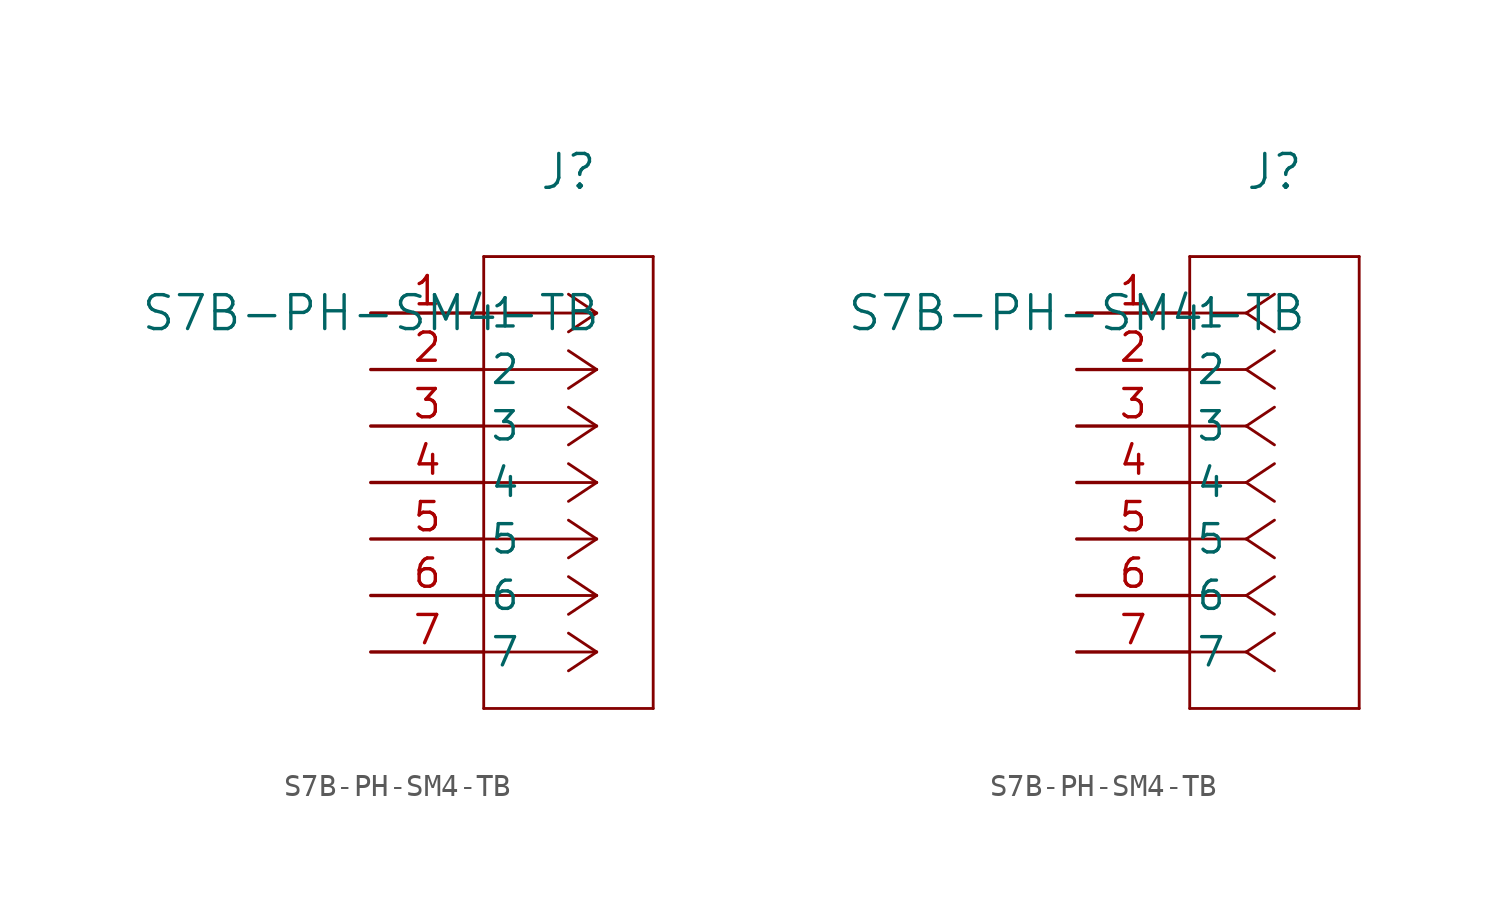
<source format=kicad_sym>
(kicad_symbol_lib
  (version 20211014)
  (generator kicad_symbol_editor)
  (symbol "S7B-PH-SM4-TB"
    (pin_names
      (offset 0.254))
    (property "Reference" "J"
      (at 8.89 6.35 0)
      (effects (font (size 1.524 1.524))))
    (property "Value" "S7B-PH-SM4-TB"
      (at 0 0 0)
      (effects (font (size 1.524 1.524))))
    (symbol "S7B-PH-SM4-TB_1_1"
      (polyline (pts (xy 10.16 0) (xy 5.08 0)) (stroke (width 0.127) (type default) (color 0 0 0 0)) (fill (type none)))
      (polyline (pts (xy 10.16 -2.54) (xy 5.08 -2.54)) (stroke (width 0.127) (type default) (color 0 0 0 0)) (fill (type none)))
      (polyline (pts (xy 10.16 -5.08) (xy 5.08 -5.08)) (stroke (width 0.127) (type default) (color 0 0 0 0)) (fill (type none)))
      (polyline (pts (xy 10.16 -7.62) (xy 5.08 -7.62)) (stroke (width 0.127) (type default) (color 0 0 0 0)) (fill (type none)))
      (polyline (pts (xy 10.16 -10.16) (xy 5.08 -10.16)) (stroke (width 0.127) (type default) (color 0 0 0 0)) (fill (type none)))
      (polyline (pts (xy 10.16 -12.7) (xy 5.08 -12.7)) (stroke (width 0.127) (type default) (color 0 0 0 0)) (fill (type none)))
      (polyline (pts (xy 10.16 -15.24) (xy 5.08 -15.24)) (stroke (width 0.127) (type default) (color 0 0 0 0)) (fill (type none)))
      (polyline (pts (xy 10.16 0) (xy 8.89 0.847)) (stroke (width 0.127) (type default) (color 0 0 0 0)) (fill (type none)))
      (polyline (pts (xy 10.16 -2.54) (xy 8.89 -1.693)) (stroke (width 0.127) (type default) (color 0 0 0 0)) (fill (type none)))
      (polyline (pts (xy 10.16 -5.08) (xy 8.89 -4.233)) (stroke (width 0.127) (type default) (color 0 0 0 0)) (fill (type none)))
      (polyline (pts (xy 10.16 -7.62) (xy 8.89 -6.773)) (stroke (width 0.127) (type default) (color 0 0 0 0)) (fill (type none)))
      (polyline (pts (xy 10.16 -10.16) (xy 8.89 -9.313)) (stroke (width 0.127) (type default) (color 0 0 0 0)) (fill (type none)))
      (polyline (pts (xy 10.16 -12.7) (xy 8.89 -11.853)) (stroke (width 0.127) (type default) (color 0 0 0 0)) (fill (type none)))
      (polyline (pts (xy 10.16 -15.24) (xy 8.89 -14.393)) (stroke (width 0.127) (type default) (color 0 0 0 0)) (fill (type none)))
      (polyline (pts (xy 10.16 0) (xy 8.89 -0.847)) (stroke (width 0.127) (type default) (color 0 0 0 0)) (fill (type none)))
      (polyline (pts (xy 10.16 -2.54) (xy 8.89 -3.387)) (stroke (width 0.127) (type default) (color 0 0 0 0)) (fill (type none)))
      (polyline (pts (xy 10.16 -5.08) (xy 8.89 -5.927)) (stroke (width 0.127) (type default) (color 0 0 0 0)) (fill (type none)))
      (polyline (pts (xy 10.16 -7.62) (xy 8.89 -8.467)) (stroke (width 0.127) (type default) (color 0 0 0 0)) (fill (type none)))
      (polyline (pts (xy 10.16 -10.16) (xy 8.89 -11.007)) (stroke (width 0.127) (type default) (color 0 0 0 0)) (fill (type none)))
      (polyline (pts (xy 10.16 -12.7) (xy 8.89 -13.547)) (stroke (width 0.127) (type default) (color 0 0 0 0)) (fill (type none)))
      (polyline (pts (xy 10.16 -15.24) (xy 8.89 -16.087)) (stroke (width 0.127) (type default) (color 0 0 0 0)) (fill (type none)))
      (polyline (pts (xy 5.08 2.54) (xy 5.08 -17.78)) (stroke (width 0.127) (type default) (color 0 0 0 0)) (fill (type none)))
      (polyline (pts (xy 5.08 -17.78) (xy 12.7 -17.78)) (stroke (width 0.127) (type default) (color 0 0 0 0)) (fill (type none)))
      (polyline (pts (xy 12.7 -17.78) (xy 12.7 2.54)) (stroke (width 0.127) (type default) (color 0 0 0 0)) (fill (type none)))
      (polyline (pts (xy 12.7 2.54) (xy 5.08 2.54)) (stroke (width 0.127) (type default) (color 0 0 0 0)) (fill (type none)))
      (pin unspecified line (at 0 0 0) (length 5.08) (name "1" (effects (font (size 1.27 1.27)))) (number "1" (effects (font (size 1.27 1.27)))))
      (pin unspecified line (at 0 -2.54 0) (length 5.08) (name "2" (effects (font (size 1.27 1.27)))) (number "2" (effects (font (size 1.27 1.27)))))
      (pin unspecified line (at 0 -5.08 0) (length 5.08) (name "3" (effects (font (size 1.27 1.27)))) (number "3" (effects (font (size 1.27 1.27)))))
      (pin unspecified line (at 0 -7.62 0) (length 5.08) (name "4" (effects (font (size 1.27 1.27)))) (number "4" (effects (font (size 1.27 1.27)))))
      (pin unspecified line (at 0 -10.16 0) (length 5.08) (name "5" (effects (font (size 1.27 1.27)))) (number "5" (effects (font (size 1.27 1.27)))))
      (pin unspecified line (at 0 -12.7 0) (length 5.08) (name "6" (effects (font (size 1.27 1.27)))) (number "6" (effects (font (size 1.27 1.27)))))
      (pin unspecified line (at 0 -15.24 0) (length 5.08) (name "7" (effects (font (size 1.27 1.27)))) (number "7" (effects (font (size 1.27 1.27))))))
    (symbol "S7B-PH-SM4-TB_1_2"
      (polyline (pts (xy 7.62 0) (xy 5.08 0)) (stroke (width 0.127) (type default) (color 0 0 0 0)) (fill (type none)))
      (polyline (pts (xy 7.62 -2.54) (xy 5.08 -2.54)) (stroke (width 0.127) (type default) (color 0 0 0 0)) (fill (type none)))
      (polyline (pts (xy 7.62 -5.08) (xy 5.08 -5.08)) (stroke (width 0.127) (type default) (color 0 0 0 0)) (fill (type none)))
      (polyline (pts (xy 7.62 -7.62) (xy 5.08 -7.62)) (stroke (width 0.127) (type default) (color 0 0 0 0)) (fill (type none)))
      (polyline (pts (xy 7.62 -10.16) (xy 5.08 -10.16)) (stroke (width 0.127) (type default) (color 0 0 0 0)) (fill (type none)))
      (polyline (pts (xy 7.62 -12.7) (xy 5.08 -12.7)) (stroke (width 0.127) (type default) (color 0 0 0 0)) (fill (type none)))
      (polyline (pts (xy 7.62 -15.24) (xy 5.08 -15.24)) (stroke (width 0.127) (type default) (color 0 0 0 0)) (fill (type none)))
      (polyline (pts (xy 7.62 0) (xy 8.89 0.847)) (stroke (width 0.127) (type default) (color 0 0 0 0)) (fill (type none)))
      (polyline (pts (xy 7.62 -2.54) (xy 8.89 -1.693)) (stroke (width 0.127) (type default) (color 0 0 0 0)) (fill (type none)))
      (polyline (pts (xy 7.62 -5.08) (xy 8.89 -4.233)) (stroke (width 0.127) (type default) (color 0 0 0 0)) (fill (type none)))
      (polyline (pts (xy 7.62 -7.62) (xy 8.89 -6.773)) (stroke (width 0.127) (type default) (color 0 0 0 0)) (fill (type none)))
      (polyline (pts (xy 7.62 -10.16) (xy 8.89 -9.313)) (stroke (width 0.127) (type default) (color 0 0 0 0)) (fill (type none)))
      (polyline (pts (xy 7.62 -12.7) (xy 8.89 -11.853)) (stroke (width 0.127) (type default) (color 0 0 0 0)) (fill (type none)))
      (polyline (pts (xy 7.62 -15.24) (xy 8.89 -14.393)) (stroke (width 0.127) (type default) (color 0 0 0 0)) (fill (type none)))
      (polyline (pts (xy 7.62 0) (xy 8.89 -0.847)) (stroke (width 0.127) (type default) (color 0 0 0 0)) (fill (type none)))
      (polyline (pts (xy 7.62 -2.54) (xy 8.89 -3.387)) (stroke (width 0.127) (type default) (color 0 0 0 0)) (fill (type none)))
      (polyline (pts (xy 7.62 -5.08) (xy 8.89 -5.927)) (stroke (width 0.127) (type default) (color 0 0 0 0)) (fill (type none)))
      (polyline (pts (xy 7.62 -7.62) (xy 8.89 -8.467)) (stroke (width 0.127) (type default) (color 0 0 0 0)) (fill (type none)))
      (polyline (pts (xy 7.62 -10.16) (xy 8.89 -11.007)) (stroke (width 0.127) (type default) (color 0 0 0 0)) (fill (type none)))
      (polyline (pts (xy 7.62 -12.7) (xy 8.89 -13.547)) (stroke (width 0.127) (type default) (color 0 0 0 0)) (fill (type none)))
      (polyline (pts (xy 7.62 -15.24) (xy 8.89 -16.087)) (stroke (width 0.127) (type default) (color 0 0 0 0)) (fill (type none)))
      (polyline (pts (xy 5.08 2.54) (xy 5.08 -17.78)) (stroke (width 0.127) (type default) (color 0 0 0 0)) (fill (type none)))
      (polyline (pts (xy 5.08 -17.78) (xy 12.7 -17.78)) (stroke (width 0.127) (type default) (color 0 0 0 0)) (fill (type none)))
      (polyline (pts (xy 12.7 -17.78) (xy 12.7 2.54)) (stroke (width 0.127) (type default) (color 0 0 0 0)) (fill (type none)))
      (polyline (pts (xy 12.7 2.54) (xy 5.08 2.54)) (stroke (width 0.127) (type default) (color 0 0 0 0)) (fill (type none)))
      (pin unspecified line (at 0 0 0) (length 5.08) (name "1" (effects (font (size 1.27 1.27)))) (number "1" (effects (font (size 1.27 1.27)))))
      (pin unspecified line (at 0 -2.54 0) (length 5.08) (name "2" (effects (font (size 1.27 1.27)))) (number "2" (effects (font (size 1.27 1.27)))))
      (pin unspecified line (at 0 -5.08 0) (length 5.08) (name "3" (effects (font (size 1.27 1.27)))) (number "3" (effects (font (size 1.27 1.27)))))
      (pin unspecified line (at 0 -7.62 0) (length 5.08) (name "4" (effects (font (size 1.27 1.27)))) (number "4" (effects (font (size 1.27 1.27)))))
      (pin unspecified line (at 0 -10.16 0) (length 5.08) (name "5" (effects (font (size 1.27 1.27)))) (number "5" (effects (font (size 1.27 1.27)))))
      (pin unspecified line (at 0 -12.7 0) (length 5.08) (name "6" (effects (font (size 1.27 1.27)))) (number "6" (effects (font (size 1.27 1.27)))))
      (pin unspecified line (at 0 -15.24 0) (length 5.08) (name "7" (effects (font (size 1.27 1.27)))) (number "7" (effects (font (size 1.27 1.27))))))))
</source>
